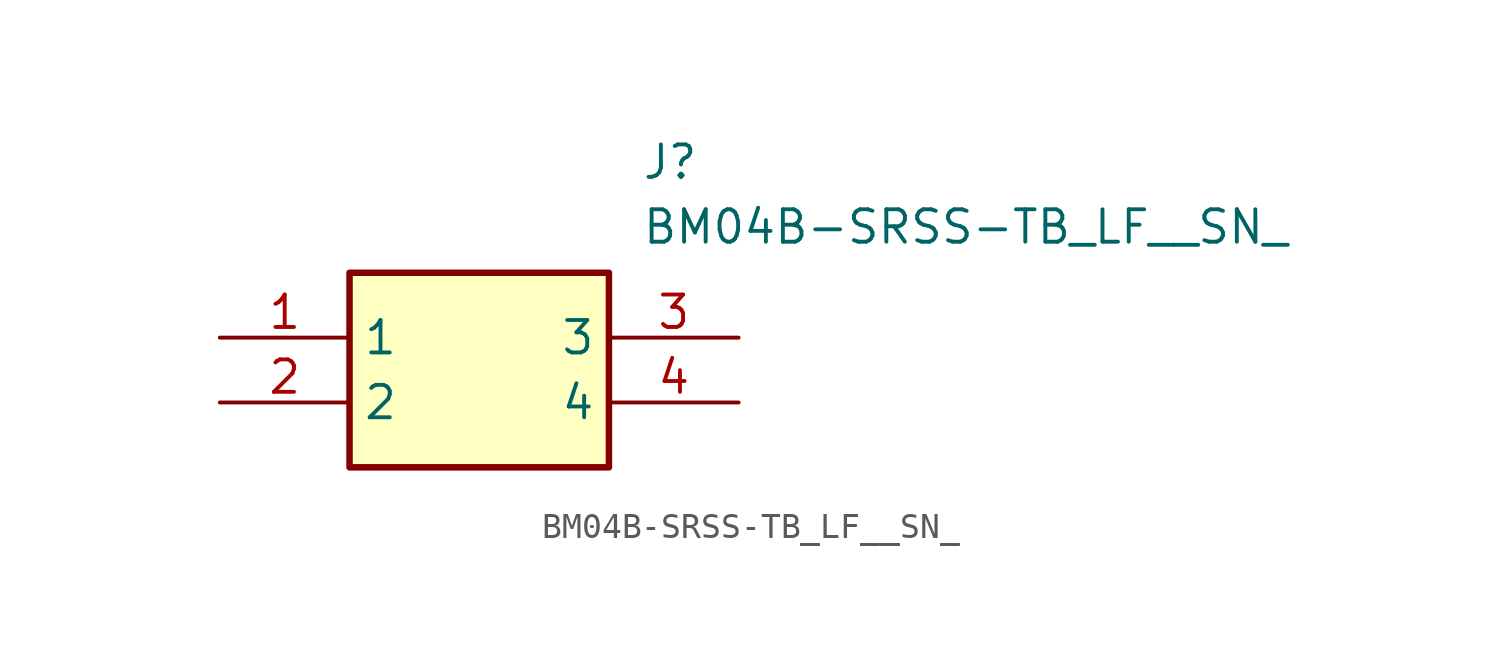
<source format=kicad_sym>
(kicad_symbol_lib
  (version 20211014)
  (generator SamacSys_ECAD_Model)
  (symbol "BM04B-SRSS-TB_LF__SN_"
    (property "Reference" "J"
      (at 16.51 7.62 0)
      (effects (font (size 1.27 1.27)) (justify left top)))
    (property "Value" "BM04B-SRSS-TB_LF__SN_"
      (at 16.51 5.08 0)
      (effects (font (size 1.27 1.27)) (justify left top)))
    (rectangle
      (start 5.08 2.54)
      (end 15.24 -5.08)
      (stroke (width 0.254) (type default))
      (fill (type background)))
    (pin passive line
      (at 0 0 0)
      (length 5.08)
      (name "1" (effects (font (size 1.27 1.27))))
      (number "1" (effects (font (size 1.27 1.27)))))
    (pin passive line
      (at 0 -2.54 0)
      (length 5.08)
      (name "2" (effects (font (size 1.27 1.27))))
      (number "2" (effects (font (size 1.27 1.27)))))
    (pin passive line
      (at 20.32 0 180)
      (length 5.08)
      (name "3" (effects (font (size 1.27 1.27))))
      (number "3" (effects (font (size 1.27 1.27)))))
    (pin passive line
      (at 20.32 -2.54 180)
      (length 5.08)
      (name "4" (effects (font (size 1.27 1.27))))
      (number "4" (effects (font (size 1.27 1.27)))))))
</source>
